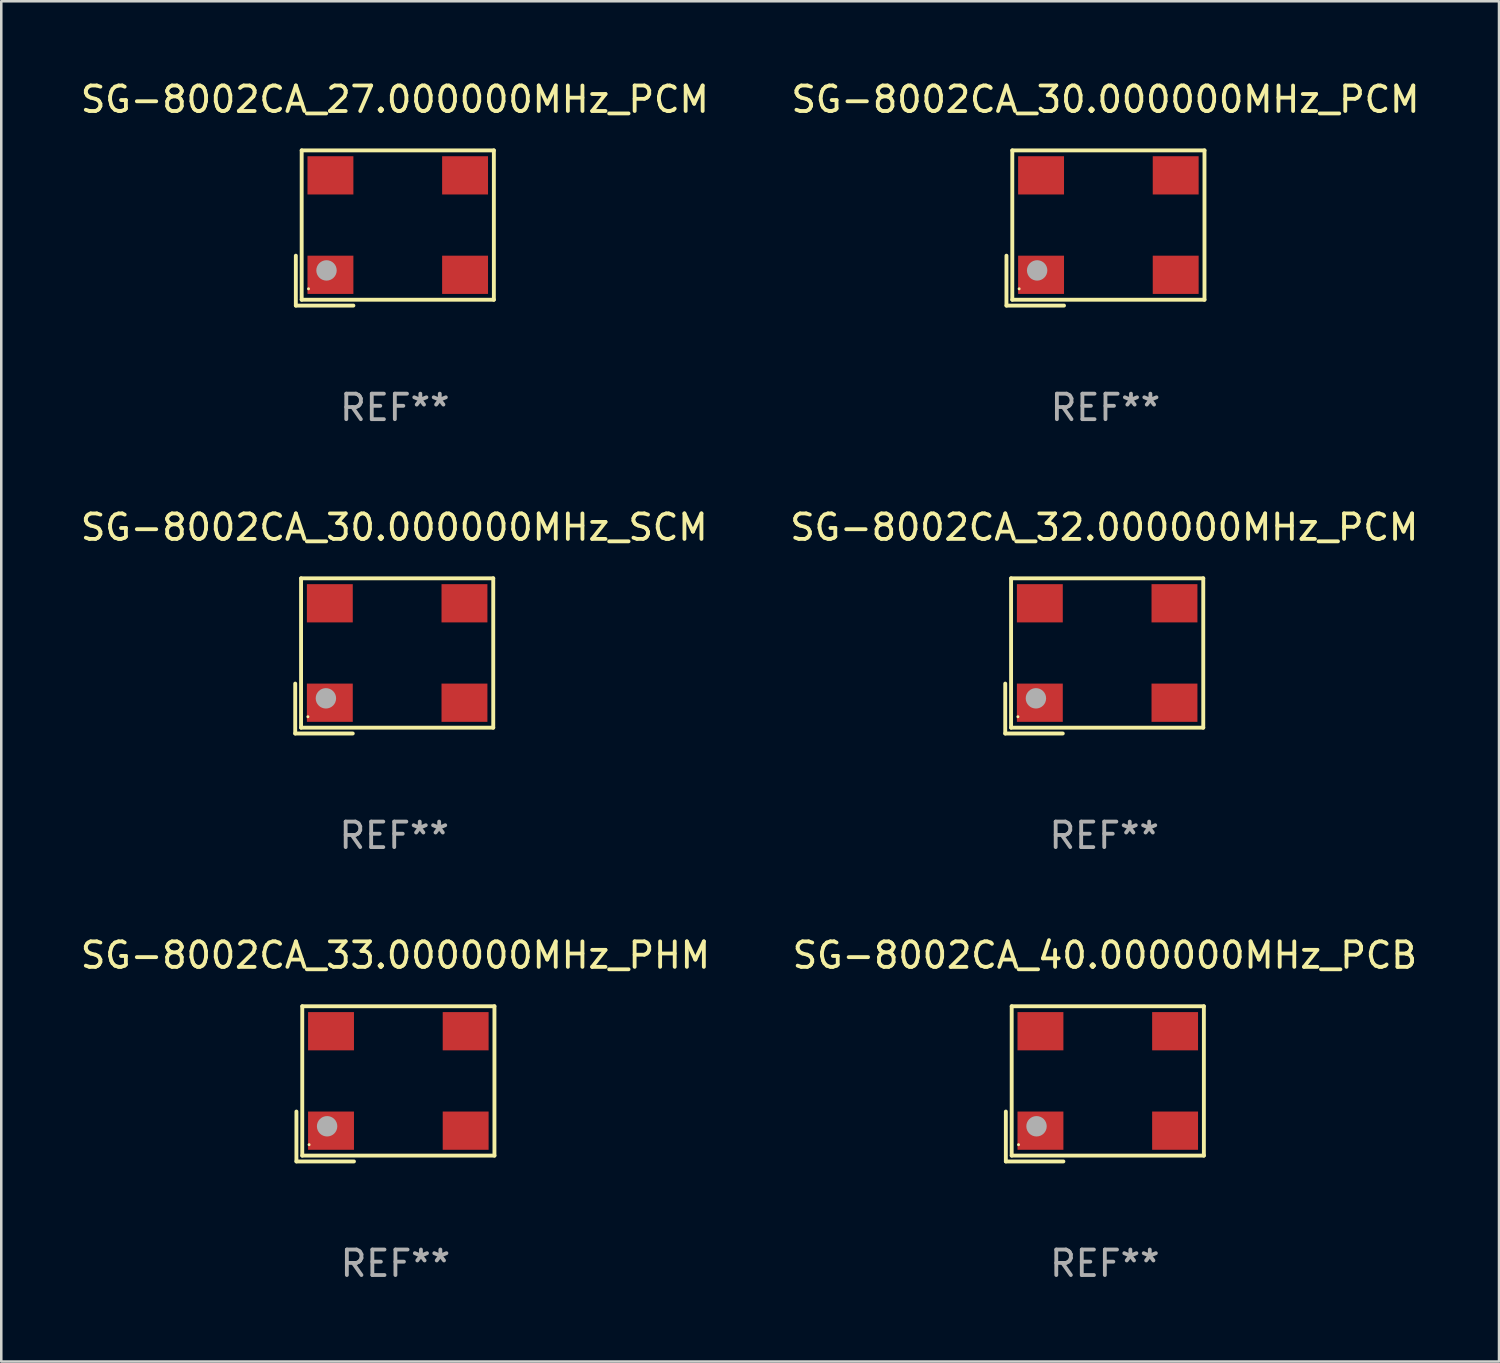
<source format=kicad_pcb>
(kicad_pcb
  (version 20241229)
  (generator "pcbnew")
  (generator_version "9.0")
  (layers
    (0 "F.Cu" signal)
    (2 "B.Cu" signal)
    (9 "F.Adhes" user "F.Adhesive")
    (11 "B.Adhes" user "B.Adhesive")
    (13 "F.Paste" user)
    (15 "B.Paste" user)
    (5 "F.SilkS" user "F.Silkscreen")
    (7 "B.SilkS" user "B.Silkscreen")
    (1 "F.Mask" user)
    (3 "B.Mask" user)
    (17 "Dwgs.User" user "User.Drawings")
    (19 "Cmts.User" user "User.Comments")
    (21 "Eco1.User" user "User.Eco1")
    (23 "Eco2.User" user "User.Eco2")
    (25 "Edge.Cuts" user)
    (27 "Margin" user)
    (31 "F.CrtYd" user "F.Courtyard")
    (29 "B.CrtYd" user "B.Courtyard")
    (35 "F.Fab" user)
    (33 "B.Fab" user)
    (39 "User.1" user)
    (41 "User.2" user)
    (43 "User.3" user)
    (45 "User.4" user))
  (footprint "SG-8002CA_30.000000MHz_PCM"
    (layer "F.Cu")
    (at 40.304 5.891)
    (property "Reference" "SG-8002CA_30.000000MHz_PCM" (at 0 -5.043 0) (layer "F.SilkS") (effects (font (size 1 1) (thickness 0.15))))
    (attr through_hole)
    (fp_line (start -3.883 1.086) (end -3.883 3.043) (stroke (width 0.152) (type solid)) (layer "F.SilkS"))
    (fp_line (start -3.883 3.043) (end -1.626 3.043) (stroke (width 0.152) (type solid)) (layer "F.SilkS"))
    (fp_line (start -3.654 -3.043) (end 3.883 -3.043) (stroke (width 0.152) (type solid)) (layer "F.SilkS"))
    (fp_line (start -3.654 2.814) (end -3.654 -3.043) (stroke (width 0.152) (type solid)) (layer "F.SilkS"))
    (fp_line (start 3.883 -3.043) (end 3.883 2.814) (stroke (width 0.152) (type solid)) (layer "F.SilkS"))
    (fp_line (start 3.883 2.814) (end -3.654 2.814) (stroke (width 0.152) (type solid)) (layer "F.SilkS"))
    (fp_circle (center -3.386 2.386) (end -3.356 2.386) (stroke (width 0.06) (type solid)) (fill no) (layer "F.SilkS"))
    (fp_circle (center -2.68 1.664) (end -2.48 1.664) (stroke (width 0.4) (type solid)) (fill no) (layer "F.Fab"))
    (fp_text user "REF**" (at 0 7.043 0) (layer "F.Fab") (effects (font (size 1 1) (thickness 0.15))))
    (pad "1" smd rect (at -2.526 1.836) (size 1.8 1.5) (layers "F.Cu" "F.Mask" "F.Paste"))
    (pad "2" smd rect (at 2.754 1.836) (size 1.8 1.5) (layers "F.Cu" "F.Mask" "F.Paste"))
    (pad "3" smd rect (at 2.754 -2.064) (size 1.8 1.5) (layers "F.Cu" "F.Mask" "F.Paste"))
    (pad "4" smd rect (at -2.526 -2.064) (size 1.8 1.5) (layers "F.Cu" "F.Mask" "F.Paste")))
  (footprint "SG-8002CA_32.000000MHz_PCM"
    (layer "F.Cu")
    (at 40.256 22.673)
    (property "Reference" "SG-8002CA_32.000000MHz_PCM" (at 0 -5.043 0) (layer "F.SilkS") (effects (font (size 1 1) (thickness 0.15))))
    (attr through_hole)
    (fp_line (start -3.883 1.086) (end -3.883 3.043) (stroke (width 0.152) (type solid)) (layer "F.SilkS"))
    (fp_line (start -3.883 3.043) (end -1.626 3.043) (stroke (width 0.152) (type solid)) (layer "F.SilkS"))
    (fp_line (start -3.654 -3.043) (end 3.883 -3.043) (stroke (width 0.152) (type solid)) (layer "F.SilkS"))
    (fp_line (start -3.654 2.814) (end -3.654 -3.043) (stroke (width 0.152) (type solid)) (layer "F.SilkS"))
    (fp_line (start 3.883 -3.043) (end 3.883 2.814) (stroke (width 0.152) (type solid)) (layer "F.SilkS"))
    (fp_line (start 3.883 2.814) (end -3.654 2.814) (stroke (width 0.152) (type solid)) (layer "F.SilkS"))
    (fp_circle (center -3.386 2.386) (end -3.356 2.386) (stroke (width 0.06) (type solid)) (fill no) (layer "F.SilkS"))
    (fp_circle (center -2.68 1.664) (end -2.48 1.664) (stroke (width 0.4) (type solid)) (fill no) (layer "F.Fab"))
    (fp_text user "REF**" (at 0 7.043 0) (layer "F.Fab") (effects (font (size 1 1) (thickness 0.15))))
    (pad "1" smd rect (at -2.526 1.836) (size 1.8 1.5) (layers "F.Cu" "F.Mask" "F.Paste"))
    (pad "2" smd rect (at 2.754 1.836) (size 1.8 1.5) (layers "F.Cu" "F.Mask" "F.Paste"))
    (pad "3" smd rect (at 2.754 -2.064) (size 1.8 1.5) (layers "F.Cu" "F.Mask" "F.Paste"))
    (pad "4" smd rect (at -2.526 -2.064) (size 1.8 1.5) (layers "F.Cu" "F.Mask" "F.Paste")))
  (footprint "SG-8002CA_30.000000MHz_SCM"
    (layer "F.Cu")
    (at 12.411 22.673)
    (property "Reference" "SG-8002CA_30.000000MHz_SCM" (at 0 -5.043 0) (layer "F.SilkS") (effects (font (size 1 1) (thickness 0.15))))
    (attr through_hole)
    (fp_line (start -3.883 1.086) (end -3.883 3.043) (stroke (width 0.152) (type solid)) (layer "F.SilkS"))
    (fp_line (start -3.883 3.043) (end -1.626 3.043) (stroke (width 0.152) (type solid)) (layer "F.SilkS"))
    (fp_line (start -3.654 -3.043) (end 3.883 -3.043) (stroke (width 0.152) (type solid)) (layer "F.SilkS"))
    (fp_line (start -3.654 2.814) (end -3.654 -3.043) (stroke (width 0.152) (type solid)) (layer "F.SilkS"))
    (fp_line (start 3.883 -3.043) (end 3.883 2.814) (stroke (width 0.152) (type solid)) (layer "F.SilkS"))
    (fp_line (start 3.883 2.814) (end -3.654 2.814) (stroke (width 0.152) (type solid)) (layer "F.SilkS"))
    (fp_circle (center -3.386 2.386) (end -3.356 2.386) (stroke (width 0.06) (type solid)) (fill no) (layer "F.SilkS"))
    (fp_circle (center -2.68 1.664) (end -2.48 1.664) (stroke (width 0.4) (type solid)) (fill no) (layer "F.Fab"))
    (fp_text user "REF**" (at 0 7.043 0) (layer "F.Fab") (effects (font (size 1 1) (thickness 0.15))))
    (pad "1" smd rect (at -2.526 1.836) (size 1.8 1.5) (layers "F.Cu" "F.Mask" "F.Paste"))
    (pad "2" smd rect (at 2.754 1.836) (size 1.8 1.5) (layers "F.Cu" "F.Mask" "F.Paste"))
    (pad "3" smd rect (at 2.754 -2.064) (size 1.8 1.5) (layers "F.Cu" "F.Mask" "F.Paste"))
    (pad "4" smd rect (at -2.526 -2.064) (size 1.8 1.5) (layers "F.Cu" "F.Mask" "F.Paste")))
  (footprint "SG-8002CA_33.000000MHz_PHM"
    (layer "F.Cu")
    (at 12.458 39.456)
    (property "Reference" "SG-8002CA_33.000000MHz_PHM" (at 0 -5.043 0) (layer "F.SilkS") (effects (font (size 1 1) (thickness 0.15))))
    (attr through_hole)
    (fp_line (start -3.883 1.086) (end -3.883 3.043) (stroke (width 0.152) (type solid)) (layer "F.SilkS"))
    (fp_line (start -3.883 3.043) (end -1.626 3.043) (stroke (width 0.152) (type solid)) (layer "F.SilkS"))
    (fp_line (start -3.654 -3.043) (end 3.883 -3.043) (stroke (width 0.152) (type solid)) (layer "F.SilkS"))
    (fp_line (start -3.654 2.814) (end -3.654 -3.043) (stroke (width 0.152) (type solid)) (layer "F.SilkS"))
    (fp_line (start 3.883 -3.043) (end 3.883 2.814) (stroke (width 0.152) (type solid)) (layer "F.SilkS"))
    (fp_line (start 3.883 2.814) (end -3.654 2.814) (stroke (width 0.152) (type solid)) (layer "F.SilkS"))
    (fp_circle (center -3.386 2.386) (end -3.356 2.386) (stroke (width 0.06) (type solid)) (fill no) (layer "F.SilkS"))
    (fp_circle (center -2.68 1.664) (end -2.48 1.664) (stroke (width 0.4) (type solid)) (fill no) (layer "F.Fab"))
    (fp_text user "REF**" (at 0 7.043 0) (layer "F.Fab") (effects (font (size 1 1) (thickness 0.15))))
    (pad "1" smd rect (at -2.526 1.836) (size 1.8 1.5) (layers "F.Cu" "F.Mask" "F.Paste"))
    (pad "2" smd rect (at 2.754 1.836) (size 1.8 1.5) (layers "F.Cu" "F.Mask" "F.Paste"))
    (pad "3" smd rect (at 2.754 -2.064) (size 1.8 1.5) (layers "F.Cu" "F.Mask" "F.Paste"))
    (pad "4" smd rect (at -2.526 -2.064) (size 1.8 1.5) (layers "F.Cu" "F.Mask" "F.Paste")))
  (footprint "SG-8002CA_40.000000MHz_PCB"
    (layer "F.Cu")
    (at 40.28 39.456)
    (property "Reference" "SG-8002CA_40.000000MHz_PCB" (at 0 -5.043 0) (layer "F.SilkS") (effects (font (size 1 1) (thickness 0.15))))
    (attr through_hole)
    (fp_line (start -3.883 1.086) (end -3.883 3.043) (stroke (width 0.152) (type solid)) (layer "F.SilkS"))
    (fp_line (start -3.883 3.043) (end -1.626 3.043) (stroke (width 0.152) (type solid)) (layer "F.SilkS"))
    (fp_line (start -3.654 -3.043) (end 3.883 -3.043) (stroke (width 0.152) (type solid)) (layer "F.SilkS"))
    (fp_line (start -3.654 2.814) (end -3.654 -3.043) (stroke (width 0.152) (type solid)) (layer "F.SilkS"))
    (fp_line (start 3.883 -3.043) (end 3.883 2.814) (stroke (width 0.152) (type solid)) (layer "F.SilkS"))
    (fp_line (start 3.883 2.814) (end -3.654 2.814) (stroke (width 0.152) (type solid)) (layer "F.SilkS"))
    (fp_circle (center -3.386 2.386) (end -3.356 2.386) (stroke (width 0.06) (type solid)) (fill no) (layer "F.SilkS"))
    (fp_circle (center -2.68 1.664) (end -2.48 1.664) (stroke (width 0.4) (type solid)) (fill no) (layer "F.Fab"))
    (fp_text user "REF**" (at 0 7.043 0) (layer "F.Fab") (effects (font (size 1 1) (thickness 0.15))))
    (pad "1" smd rect (at -2.526 1.836) (size 1.8 1.5) (layers "F.Cu" "F.Mask" "F.Paste"))
    (pad "2" smd rect (at 2.754 1.836) (size 1.8 1.5) (layers "F.Cu" "F.Mask" "F.Paste"))
    (pad "3" smd rect (at 2.754 -2.064) (size 1.8 1.5) (layers "F.Cu" "F.Mask" "F.Paste"))
    (pad "4" smd rect (at -2.526 -2.064) (size 1.8 1.5) (layers "F.Cu" "F.Mask" "F.Paste")))
  (footprint "SG-8002CA_27.000000MHz_PCM"
    (layer "F.Cu")
    (at 12.435 5.891)
    (property "Reference" "SG-8002CA_27.000000MHz_PCM" (at 0 -5.043 0) (layer "F.SilkS") (effects (font (size 1 1) (thickness 0.15))))
    (attr through_hole)
    (fp_line (start -3.883 1.086) (end -3.883 3.043) (stroke (width 0.152) (type solid)) (layer "F.SilkS"))
    (fp_line (start -3.883 3.043) (end -1.626 3.043) (stroke (width 0.152) (type solid)) (layer "F.SilkS"))
    (fp_line (start -3.654 -3.043) (end 3.883 -3.043) (stroke (width 0.152) (type solid)) (layer "F.SilkS"))
    (fp_line (start -3.654 2.814) (end -3.654 -3.043) (stroke (width 0.152) (type solid)) (layer "F.SilkS"))
    (fp_line (start 3.883 -3.043) (end 3.883 2.814) (stroke (width 0.152) (type solid)) (layer "F.SilkS"))
    (fp_line (start 3.883 2.814) (end -3.654 2.814) (stroke (width 0.152) (type solid)) (layer "F.SilkS"))
    (fp_circle (center -3.386 2.386) (end -3.356 2.386) (stroke (width 0.06) (type solid)) (fill no) (layer "F.SilkS"))
    (fp_circle (center -2.68 1.664) (end -2.48 1.664) (stroke (width 0.4) (type solid)) (fill no) (layer "F.Fab"))
    (fp_text user "REF**" (at 0 7.043 0) (layer "F.Fab") (effects (font (size 1 1) (thickness 0.15))))
    (pad "1" smd rect (at -2.526 1.836) (size 1.8 1.5) (layers "F.Cu" "F.Mask" "F.Paste"))
    (pad "2" smd rect (at 2.754 1.836) (size 1.8 1.5) (layers "F.Cu" "F.Mask" "F.Paste"))
    (pad "3" smd rect (at 2.754 -2.064) (size 1.8 1.5) (layers "F.Cu" "F.Mask" "F.Paste"))
    (pad "4" smd rect (at -2.526 -2.064) (size 1.8 1.5) (layers "F.Cu" "F.Mask" "F.Paste")))
  (gr_rect
    (start -3 -3)
    (end 55.738 50.347)
    (stroke (width 0.1) (type default))
    (fill no)
    (layer "Edge.Cuts")))
</source>
